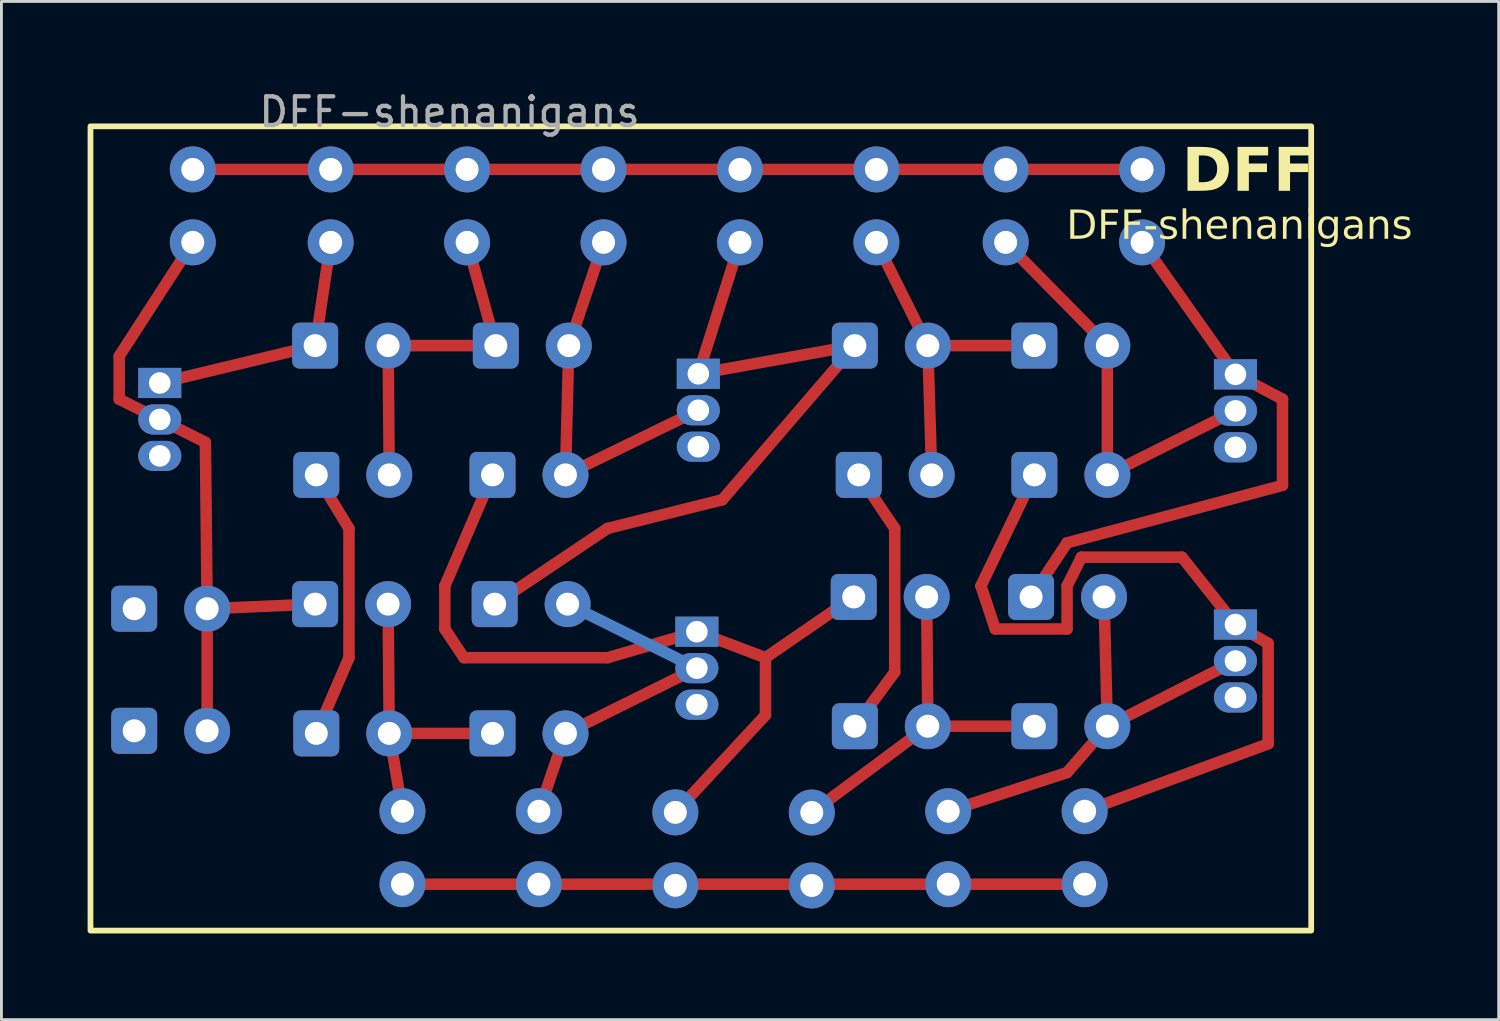
<source format=kicad_pcb>
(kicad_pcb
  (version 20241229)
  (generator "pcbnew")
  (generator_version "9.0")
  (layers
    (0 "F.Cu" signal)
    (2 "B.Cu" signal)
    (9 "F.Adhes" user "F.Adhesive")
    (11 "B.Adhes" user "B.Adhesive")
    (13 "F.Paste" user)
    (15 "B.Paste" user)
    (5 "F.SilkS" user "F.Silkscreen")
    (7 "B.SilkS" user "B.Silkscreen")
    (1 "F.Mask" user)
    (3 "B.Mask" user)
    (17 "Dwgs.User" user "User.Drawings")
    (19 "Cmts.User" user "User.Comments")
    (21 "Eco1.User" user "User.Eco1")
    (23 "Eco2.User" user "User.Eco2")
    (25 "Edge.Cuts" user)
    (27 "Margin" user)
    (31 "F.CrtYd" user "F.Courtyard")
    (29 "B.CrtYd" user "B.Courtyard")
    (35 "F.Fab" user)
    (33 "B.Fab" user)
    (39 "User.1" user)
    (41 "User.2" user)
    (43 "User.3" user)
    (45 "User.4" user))
  (footprint "DFF-shenanigans"
    (layer "F.Cu")
    (at 22.6 15.348)
    (property "Reference" "DFF-shenanigans" (at 17.5 -10.5 0) (unlocked yes) (layer "F.SilkS") (effects (font (face "Comic Sans MS") (size 1 1) (thickness 0.1))))
    (attr smd)
    (fp_line (start -21.5 -6) (end -21.5 -4.5) (stroke (width 0.4) (type default)) (layer "F.Cu"))
    (fp_line (start -21.5 -4.5) (end -20.088 -3.795) (stroke (width 0.4) (type default)) (layer "F.Cu"))
    (fp_line (start -20.088 -5.065) (end -14.678 -6.365) (stroke (width 0.4) (type default)) (layer "F.Cu"))
    (fp_line (start -20.088 -3.795) (end -18.5 -3) (stroke (width 0.4) (type default)) (layer "F.Cu"))
    (fp_line (start -18.938 -9.96) (end -21.5 -6) (stroke (width 0.4) (type default)) (layer "F.Cu"))
    (fp_line (start -18.5 -3) (end -18.438 2.795) (stroke (width 0.4) (type default)) (layer "F.Cu"))
    (fp_line (start -18.438 2.795) (end -18.438 7.045) (stroke (width 0.4) (type default)) (layer "F.Cu"))
    (fp_line (start -18.438 2.795) (end -14.678 2.635) (stroke (width 0.4) (type default)) (layer "F.Cu"))
    (fp_line (start -14.638 -1.865) (end -13.5 0) (stroke (width 0.4) (type default)) (layer "F.Cu"))
    (fp_line (start -14.638 7.135) (end -13.5 4.5) (stroke (width 0.4) (type default)) (layer "F.Cu"))
    (fp_line (start -14.138 -9.96) (end -14.678 -6.365) (stroke (width 0.4) (type default)) (layer "F.Cu"))
    (fp_line (start -13.5 4.5) (end -13.5 0) (stroke (width 0.4) (type default)) (layer "F.Cu"))
    (fp_line (start -12.138 -6.365) (end -8.388 -6.365) (stroke (width 0.4) (type default)) (layer "F.Cu"))
    (fp_line (start -12.138 2.635) (end -12.098 7.135) (stroke (width 0.4) (type default)) (layer "F.Cu"))
    (fp_line (start -12.098 -1.865) (end -12.138 -6.365) (stroke (width 0.4) (type default)) (layer "F.Cu"))
    (fp_line (start -12.098 7.135) (end -11.638 9.845) (stroke (width 0.4) (type default)) (layer "F.Cu"))
    (fp_line (start -12.098 7.135) (end -8.503 7.135) (stroke (width 0.4) (type default)) (layer "F.Cu"))
    (fp_line (start -10.163 2) (end -10.163 3.5) (stroke (width 0.4) (type default)) (layer "F.Cu"))
    (fp_line (start -10.163 3.5) (end -9.5 4.5) (stroke (width 0.4) (type default)) (layer "F.Cu"))
    (fp_line (start -9.5 4.5) (end -4.5 4.5) (stroke (width 0.4) (type default)) (layer "F.Cu"))
    (fp_line (start -8.503 -1.865) (end -10.163 2) (stroke (width 0.4) (type default)) (layer "F.Cu"))
    (fp_line (start -8.388 -6.365) (end -9.388 -9.96) (stroke (width 0.4) (type default)) (layer "F.Cu"))
    (fp_line (start -6.888 9.845) (end -5.963 7.135) (stroke (width 0.4) (type default)) (layer "F.Cu"))
    (fp_line (start -5.963 -1.865) (end -1.338 -4.115) (stroke (width 0.4) (type default)) (layer "F.Cu"))
    (fp_line (start -5.963 7.135) (end -1.388 4.865) (stroke (width 0.4) (type default)) (layer "F.Cu"))
    (fp_line (start -5.848 -6.365) (end -5.963 -1.865) (stroke (width 0.4) (type default)) (layer "F.Cu"))
    (fp_line (start -4.638 -9.96) (end -5.848 -6.365) (stroke (width 0.4) (type default)) (layer "F.Cu"))
    (fp_line (start -4.5 0) (end -8.428 2.635) (stroke (width 0.4) (type default)) (layer "F.Cu"))
    (fp_line (start -4.5 4.5) (end -1.388 3.595) (stroke (width 0.4) (type default)) (layer "F.Cu"))
    (fp_line (start -2.138 9.885) (end 1 6.5) (stroke (width 0.4) (type default)) (layer "F.Cu"))
    (fp_line (start -1.338 -5.385) (end 4.112 -6.365) (stroke (width 0.4) (type default)) (layer "F.Cu"))
    (fp_line (start -0.5 -1) (end -4.5 0) (stroke (width 0.4) (type default)) (layer "F.Cu"))
    (fp_line (start 0.112 -9.96) (end -1.338 -5.385) (stroke (width 0.4) (type default)) (layer "F.Cu"))
    (fp_line (start 1 4.5) (end -1.388 3.595) (stroke (width 0.4) (type default)) (layer "F.Cu"))
    (fp_line (start 1 4.5) (end 4.072 2.385) (stroke (width 0.4) (type default)) (layer "F.Cu"))
    (fp_line (start 1 6.5) (end 1 4.5) (stroke (width 0.4) (type default)) (layer "F.Cu"))
    (fp_line (start 4.112 -6.365) (end -0.5 -1) (stroke (width 0.4) (type default)) (layer "F.Cu"))
    (fp_line (start 4.112 6.885) (end 5.5 5) (stroke (width 0.4) (type default)) (layer "F.Cu"))
    (fp_line (start 4.862 -9.96) (end 6.652 -6.365) (stroke (width 0.4) (type default)) (layer "F.Cu"))
    (fp_line (start 5.5 0) (end 4.247 -1.865) (stroke (width 0.4) (type default)) (layer "F.Cu"))
    (fp_line (start 5.5 5) (end 5.5 0) (stroke (width 0.4) (type default)) (layer "F.Cu"))
    (fp_line (start 6.652 -6.365) (end 6.787 -1.865) (stroke (width 0.4) (type default)) (layer "F.Cu"))
    (fp_line (start 6.652 6.885) (end 2.612 9.89) (stroke (width 0.4) (type default)) (layer "F.Cu"))
    (fp_line (start 6.652 6.885) (end 6.612 2.385) (stroke (width 0.4) (type default)) (layer "F.Cu"))
    (fp_line (start 7.362 9.845) (end 11.5 8.5) (stroke (width 0.4) (type default)) (layer "F.Cu"))
    (fp_line (start 8.5 2) (end 9 3.5) (stroke (width 0.4) (type default)) (layer "F.Cu"))
    (fp_line (start 9 3.5) (end 11.5 3.5) (stroke (width 0.4) (type default)) (layer "F.Cu"))
    (fp_line (start 9.362 -9.96) (end 12.902 -6.365) (stroke (width 0.4) (type default)) (layer "F.Cu"))
    (fp_line (start 10.362 -6.365) (end 6.652 -6.365) (stroke (width 0.4) (type default)) (layer "F.Cu"))
    (fp_line (start 10.362 -1.865) (end 8.5 2) (stroke (width 0.4) (type default)) (layer "F.Cu"))
    (fp_line (start 10.362 6.885) (end 6.652 6.885) (stroke (width 0.4) (type default)) (layer "F.Cu"))
    (fp_line (start 11.5 0.5) (end 10.247 2.385) (stroke (width 0.4) (type default)) (layer "F.Cu"))
    (fp_line (start 11.5 2) (end 12 1) (stroke (width 0.4) (type default)) (layer "F.Cu"))
    (fp_line (start 11.5 3.5) (end 11.5 2) (stroke (width 0.4) (type default)) (layer "F.Cu"))
    (fp_line (start 11.5 8.5) (end 12.902 6.885) (stroke (width 0.4) (type default)) (layer "F.Cu"))
    (fp_line (start 12 1) (end 15.5 1) (stroke (width 0.4) (type default)) (layer "F.Cu"))
    (fp_line (start 12.112 12.385) (end -11.638 12.385) (stroke (width 0.4) (type solid)) (layer "F.Cu"))
    (fp_line (start 12.902 -6.365) (end 12.902 -1.865) (stroke (width 0.4) (type default)) (layer "F.Cu"))
    (fp_line (start 12.902 -1.865) (end 17.362 -4.095) (stroke (width 0.4) (type default)) (layer "F.Cu"))
    (fp_line (start 12.902 6.885) (end 12.787 2.385) (stroke (width 0.4) (type default)) (layer "F.Cu"))
    (fp_line (start 14.112 -12.5) (end -18.938 -12.5) (stroke (width 0.4) (type solid)) (layer "F.Cu"))
    (fp_line (start 14.112 -9.96) (end 17.362 -5.365) (stroke (width 0.4) (type default)) (layer "F.Cu"))
    (fp_line (start 15.5 1) (end 17.362 3.345) (stroke (width 0.4) (type default)) (layer "F.Cu"))
    (fp_line (start 17.362 -5.365) (end 19 -4.5) (stroke (width 0.4) (type default)) (layer "F.Cu"))
    (fp_line (start 17.362 3.345) (end 18.5 4) (stroke (width 0.4) (type default)) (layer "F.Cu"))
    (fp_line (start 17.362 4.615) (end 12.902 6.885) (stroke (width 0.4) (type default)) (layer "F.Cu"))
    (fp_line (start 18.5 4) (end 18.5 7.5) (stroke (width 0.4) (type default)) (layer "F.Cu"))
    (fp_line (start 18.5 7.5) (end 12.112 9.845) (stroke (width 0.4) (type default)) (layer "F.Cu"))
    (fp_line (start 19 -4.5) (end 19 -1.5) (stroke (width 0.4) (type default)) (layer "F.Cu"))
    (fp_line (start 19 -1.5) (end 11.5 0.5) (stroke (width 0.4) (type default)) (layer "F.Cu"))
    (fp_line (start -5.888 2.635) (end -1.388 4.865) (stroke (width 0.4) (type default)) (layer "B.Cu"))
    (fp_rect (start -22.5 -14) (end 20 14) (stroke (width 0.2) (type default)) (fill no) (layer "F.SilkS"))
    (fp_text user "DFF" (at 15.5 -11.5 0) (unlocked yes) (layer "F.SilkS") (effects (font (face "Comic Sans MS") (size 1.5 1.5) (thickness 0.3) (bold yes)) (justify left bottom)))
    (fp_text user "${REFERENCE}" (at -10 -14.5 0) (unlocked yes) (layer "F.Fab") (effects (font (size 1 1) (thickness 0.15))))
    (pad "1" thru_hole rect (at -20.088 -5.065 270) (size 1.05 1.5) (drill 0.75) (layers "*.Cu" "*.Mask"))
    (pad "1" thru_hole roundrect (at -14.678 -6.365) (size 1.6 1.6) (drill 0.8) (layers "*.Cu" "*.Mask") (roundrect_rratio 0.156))
    (pad "1" thru_hole roundrect (at -14.678 2.635) (size 1.6 1.6) (drill 0.8) (layers "*.Cu" "*.Mask") (roundrect_rratio 0.156))
    (pad "1" thru_hole roundrect (at -8.503 -1.865) (size 1.6 1.6) (drill 0.8) (layers "*.Cu" "*.Mask") (roundrect_rratio 0.156))
    (pad "1" thru_hole roundrect (at -8.503 7.135) (size 1.6 1.6) (drill 0.8) (layers "*.Cu" "*.Mask") (roundrect_rratio 0.156))
    (pad "1" thru_hole roundrect (at -8.428 2.635) (size 1.6 1.6) (drill 0.8) (layers "*.Cu" "*.Mask") (roundrect_rratio 0.156))
    (pad "1" thru_hole roundrect (at -8.388 -6.365) (size 1.6 1.6) (drill 0.8) (layers "*.Cu" "*.Mask") (roundrect_rratio 0.156))
    (pad "1" thru_hole rect (at -1.388 3.595 270) (size 1.05 1.5) (drill 0.75) (layers "*.Cu" "*.Mask"))
    (pad "1" thru_hole rect (at -1.338 -5.385 270) (size 1.05 1.5) (drill 0.75) (layers "*.Cu" "*.Mask"))
    (pad "1" thru_hole roundrect (at 4.072 2.385) (size 1.6 1.6) (drill 0.8) (layers "*.Cu" "*.Mask") (roundrect_rratio 0.156))
    (pad "1" thru_hole roundrect (at 4.112 -6.365) (size 1.6 1.6) (drill 0.8) (layers "*.Cu" "*.Mask") (roundrect_rratio 0.156))
    (pad "1" thru_hole roundrect (at 10.247 2.385) (size 1.6 1.6) (drill 0.8) (layers "*.Cu" "*.Mask") (roundrect_rratio 0.156))
    (pad "1" thru_hole roundrect (at 10.362 -6.365) (size 1.6 1.6) (drill 0.8) (layers "*.Cu" "*.Mask") (roundrect_rratio 0.156))
    (pad "1" thru_hole roundrect (at 10.362 -1.865) (size 1.6 1.6) (drill 0.8) (layers "*.Cu" "*.Mask") (roundrect_rratio 0.156))
    (pad "1" thru_hole roundrect (at 10.362 6.885) (size 1.6 1.6) (drill 0.8) (layers "*.Cu" "*.Mask") (roundrect_rratio 0.156))
    (pad "2" thru_hole oval (at -20.088 -3.795 270) (size 1.05 1.5) (drill 0.75) (layers "*.Cu" "*.Mask"))
    (pad "2" thru_hole circle (at -18.938 -9.96 270) (size 1.6 1.6) (drill 0.8) (layers "*.Cu" "*.Mask"))
    (pad "2" thru_hole circle (at -18.438 2.795) (size 1.6 1.6) (drill 0.8) (layers "*.Cu" "*.Mask"))
    (pad "2" thru_hole circle (at -18.438 7.045) (size 1.6 1.6) (drill 0.8) (layers "*.Cu" "*.Mask"))
    (pad "2" thru_hole circle (at -14.138 -9.96 270) (size 1.6 1.6) (drill 0.8) (layers "*.Cu" "*.Mask"))
    (pad "2" thru_hole circle (at -12.138 -6.365) (size 1.6 1.6) (drill 0.8) (layers "*.Cu" "*.Mask"))
    (pad "2" thru_hole circle (at -12.138 2.635) (size 1.6 1.6) (drill 0.8) (layers "*.Cu" "*.Mask"))
    (pad "2" thru_hole circle (at -12.098 -1.865) (size 1.6 1.6) (drill 0.8) (layers "*.Cu" "*.Mask"))
    (pad "2" thru_hole circle (at -12.098 7.135) (size 1.6 1.6) (drill 0.8) (layers "*.Cu" "*.Mask"))
    (pad "2" thru_hole circle (at -11.638 9.845 90) (size 1.6 1.6) (drill 0.8) (layers "*.Cu" "*.Mask"))
    (pad "2" thru_hole circle (at -9.388 -9.96 270) (size 1.6 1.6) (drill 0.8) (layers "*.Cu" "*.Mask"))
    (pad "2" thru_hole circle (at -6.888 9.845 90) (size 1.6 1.6) (drill 0.8) (layers "*.Cu" "*.Mask"))
    (pad "2" thru_hole circle (at -5.963 -1.865) (size 1.6 1.6) (drill 0.8) (layers "*.Cu" "*.Mask"))
    (pad "2" thru_hole circle (at -5.963 7.135) (size 1.6 1.6) (drill 0.8) (layers "*.Cu" "*.Mask"))
    (pad "2" thru_hole circle (at -5.888 2.635) (size 1.6 1.6) (drill 0.8) (layers "*.Cu" "*.Mask"))
    (pad "2" thru_hole circle (at -5.848 -6.365) (size 1.6 1.6) (drill 0.8) (layers "*.Cu" "*.Mask"))
    (pad "2" thru_hole circle (at -4.638 -9.96 270) (size 1.6 1.6) (drill 0.8) (layers "*.Cu" "*.Mask"))
    (pad "2" thru_hole circle (at -2.138 9.885 90) (size 1.6 1.6) (drill 0.8) (layers "*.Cu" "*.Mask"))
    (pad "2" thru_hole oval (at -1.388 4.865 270) (size 1.05 1.5) (drill 0.75) (layers "*.Cu" "*.Mask"))
    (pad "2" thru_hole oval (at -1.338 -4.115 270) (size 1.05 1.5) (drill 0.75) (layers "*.Cu" "*.Mask"))
    (pad "2" thru_hole circle (at 0.112 -9.96 270) (size 1.6 1.6) (drill 0.8) (layers "*.Cu" "*.Mask"))
    (pad "2" thru_hole circle (at 2.612 9.89 90) (size 1.6 1.6) (drill 0.8) (layers "*.Cu" "*.Mask"))
    (pad "2" thru_hole circle (at 4.862 -9.96 270) (size 1.6 1.6) (drill 0.8) (layers "*.Cu" "*.Mask"))
    (pad "2" thru_hole circle (at 6.612 2.385) (size 1.6 1.6) (drill 0.8) (layers "*.Cu" "*.Mask"))
    (pad "2" thru_hole circle (at 6.652 -6.365) (size 1.6 1.6) (drill 0.8) (layers "*.Cu" "*.Mask"))
    (pad "2" thru_hole circle (at 6.652 6.885) (size 1.6 1.6) (drill 0.8) (layers "*.Cu" "*.Mask"))
    (pad "2" thru_hole circle (at 6.787 -1.865) (size 1.6 1.6) (drill 0.8) (layers "*.Cu" "*.Mask"))
    (pad "2" thru_hole circle (at 7.362 9.845 90) (size 1.6 1.6) (drill 0.8) (layers "*.Cu" "*.Mask"))
    (pad "2" thru_hole circle (at 9.362 -9.96 270) (size 1.6 1.6) (drill 0.8) (layers "*.Cu" "*.Mask"))
    (pad "2" thru_hole circle (at 12.112 9.845 90) (size 1.6 1.6) (drill 0.8) (layers "*.Cu" "*.Mask"))
    (pad "2" thru_hole circle (at 12.787 2.385) (size 1.6 1.6) (drill 0.8) (layers "*.Cu" "*.Mask"))
    (pad "2" thru_hole circle (at 12.902 -6.365) (size 1.6 1.6) (drill 0.8) (layers "*.Cu" "*.Mask"))
    (pad "2" thru_hole circle (at 12.902 -1.865) (size 1.6 1.6) (drill 0.8) (layers "*.Cu" "*.Mask"))
    (pad "2" thru_hole circle (at 12.902 6.885) (size 1.6 1.6) (drill 0.8) (layers "*.Cu" "*.Mask"))
    (pad "2" thru_hole circle (at 14.112 -9.96 270) (size 1.6 1.6) (drill 0.8) (layers "*.Cu" "*.Mask"))
    (pad "2" thru_hole oval (at 17.362 -4.095 270) (size 1.05 1.5) (drill 0.75) (layers "*.Cu" "*.Mask"))
    (pad "2" thru_hole oval (at 17.362 4.615 270) (size 1.05 1.5) (drill 0.75) (layers "*.Cu" "*.Mask"))
    (pad "10" thru_hole circle (at -18.938 -12.5 270) (size 1.6 1.6) (drill 0.8) (layers "*.Cu" "*.Mask"))
    (pad "10" thru_hole circle (at -14.138 -12.5 270) (size 1.6 1.6) (drill 0.8) (layers "*.Cu" "*.Mask"))
    (pad "10" thru_hole circle (at -11.638 12.385 90) (size 1.6 1.6) (drill 0.8) (layers "*.Cu" "*.Mask"))
    (pad "10" thru_hole circle (at -9.388 -12.5 270) (size 1.6 1.6) (drill 0.8) (layers "*.Cu" "*.Mask"))
    (pad "10" thru_hole circle (at -6.888 12.385 90) (size 1.6 1.6) (drill 0.8) (layers "*.Cu" "*.Mask"))
    (pad "10" thru_hole circle (at -4.638 -12.5 270) (size 1.6 1.6) (drill 0.8) (layers "*.Cu" "*.Mask"))
    (pad "10" thru_hole circle (at -2.138 12.425 90) (size 1.6 1.6) (drill 0.8) (layers "*.Cu" "*.Mask"))
    (pad "10" thru_hole circle (at 0.112 -12.5 270) (size 1.6 1.6) (drill 0.8) (layers "*.Cu" "*.Mask"))
    (pad "10" thru_hole circle (at 2.612 12.43 90) (size 1.6 1.6) (drill 0.8) (layers "*.Cu" "*.Mask"))
    (pad "10" thru_hole circle (at 4.862 -12.5 270) (size 1.6 1.6) (drill 0.8) (layers "*.Cu" "*.Mask"))
    (pad "10" thru_hole circle (at 7.362 12.385 90) (size 1.6 1.6) (drill 0.8) (layers "*.Cu" "*.Mask"))
    (pad "10" thru_hole circle (at 9.362 -12.5 270) (size 1.6 1.6) (drill 0.8) (layers "*.Cu" "*.Mask"))
    (pad "10" thru_hole circle (at 12.112 12.385 90) (size 1.6 1.6) (drill 0.8) (layers "*.Cu" "*.Mask"))
    (pad "10" thru_hole circle (at 14.112 -12.5 270) (size 1.6 1.6) (drill 0.8) (layers "*.Cu" "*.Mask"))
    (pad "11" thru_hole oval (at -20.088 -2.525 270) (size 1.05 1.5) (drill 0.75) (layers "*.Cu" "*.Mask"))
    (pad "11" thru_hole oval (at -1.388 6.135 270) (size 1.05 1.5) (drill 0.75) (layers "*.Cu" "*.Mask"))
    (pad "11" thru_hole oval (at -1.338 -2.845 270) (size 1.05 1.5) (drill 0.75) (layers "*.Cu" "*.Mask"))
    (pad "11" thru_hole oval (at 17.362 -2.825 270) (size 1.05 1.5) (drill 0.75) (layers "*.Cu" "*.Mask"))
    (pad "11" thru_hole oval (at 17.362 5.885 270) (size 1.05 1.5) (drill 0.75) (layers "*.Cu" "*.Mask"))
    (pad "12" thru_hole roundrect (at -20.978 2.795) (size 1.6 1.6) (drill 0.8) (layers "*.Cu" "*.Mask") (roundrect_rratio 0.156))
    (pad "13" thru_hole roundrect (at -20.978 7.045) (size 1.6 1.6) (drill 0.8) (layers "*.Cu" "*.Mask") (roundrect_rratio 0.156))
    (pad "14" thru_hole roundrect (at -14.638 -1.865) (size 1.6 1.6) (drill 0.8) (layers "*.Cu" "*.Mask") (roundrect_rratio 0.156))
    (pad "14" thru_hole roundrect (at -14.638 7.135) (size 1.6 1.6) (drill 0.8) (layers "*.Cu" "*.Mask") (roundrect_rratio 0.156))
    (pad "15" thru_hole roundrect (at 4.112 6.885) (size 1.6 1.6) (drill 0.8) (layers "*.Cu" "*.Mask") (roundrect_rratio 0.156))
    (pad "15" thru_hole roundrect (at 4.247 -1.865) (size 1.6 1.6) (drill 0.8) (layers "*.Cu" "*.Mask") (roundrect_rratio 0.156))
    (pad "16" thru_hole rect (at 17.362 -5.365 270) (size 1.05 1.5) (drill 0.75) (layers "*.Cu" "*.Mask"))
    (pad "17" thru_hole rect (at 17.362 3.345 270) (size 1.05 1.5) (drill 0.75) (layers "*.Cu" "*.Mask")))
  (gr_rect
    (start -3 -3)
    (end 49.126 32.448)
    (stroke (width 0.1) (type default))
    (fill no)
    (layer "Edge.Cuts")))
</source>
